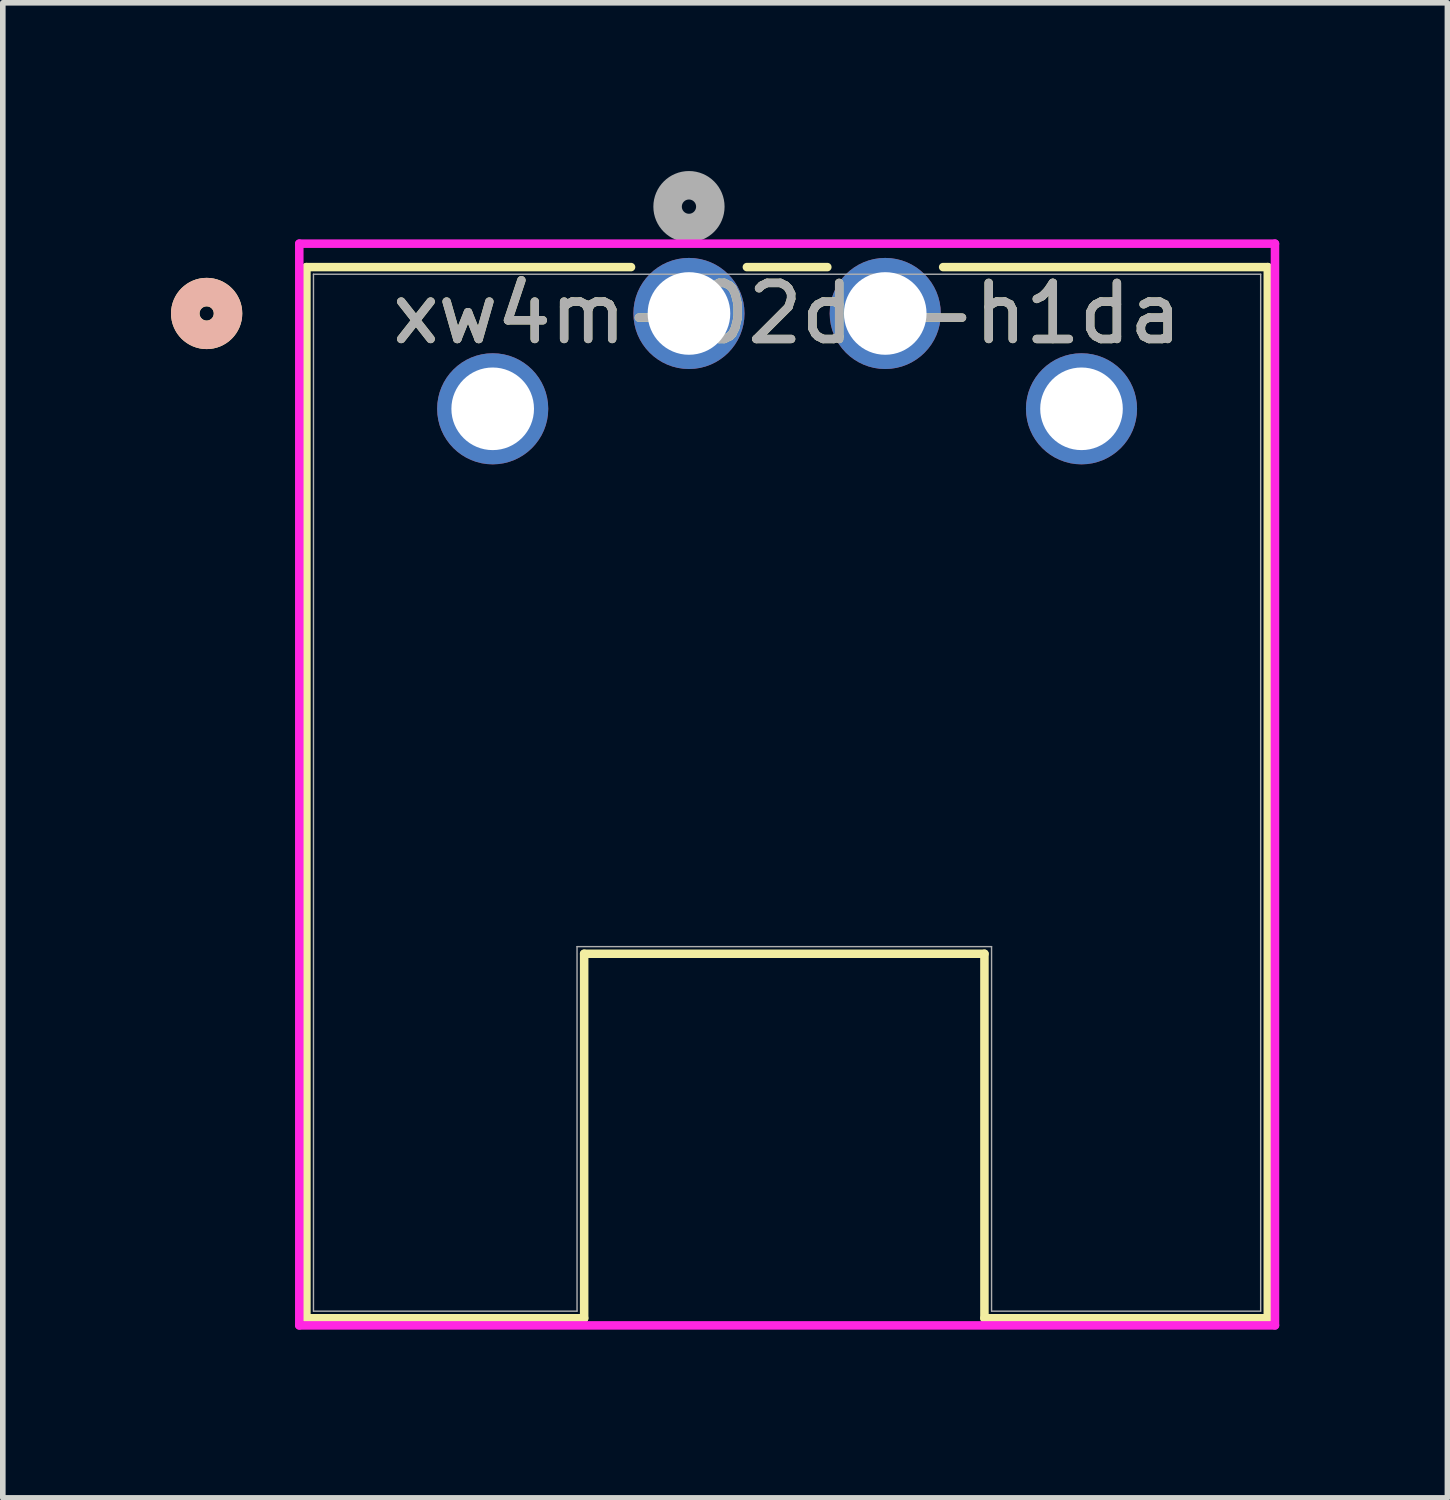
<source format=kicad_pcb>
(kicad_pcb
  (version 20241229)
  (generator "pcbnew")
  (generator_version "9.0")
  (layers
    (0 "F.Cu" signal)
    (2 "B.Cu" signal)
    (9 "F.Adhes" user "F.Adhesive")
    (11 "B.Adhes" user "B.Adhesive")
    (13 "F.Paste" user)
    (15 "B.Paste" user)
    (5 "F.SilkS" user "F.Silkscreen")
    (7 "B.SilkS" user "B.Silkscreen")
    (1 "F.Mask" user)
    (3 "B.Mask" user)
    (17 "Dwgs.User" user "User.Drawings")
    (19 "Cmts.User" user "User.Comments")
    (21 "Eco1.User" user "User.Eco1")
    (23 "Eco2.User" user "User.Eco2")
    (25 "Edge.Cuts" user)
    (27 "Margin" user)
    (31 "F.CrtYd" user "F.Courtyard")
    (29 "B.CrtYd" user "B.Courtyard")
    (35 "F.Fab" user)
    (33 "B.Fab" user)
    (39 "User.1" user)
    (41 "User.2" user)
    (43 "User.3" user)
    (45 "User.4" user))
  (footprint "xw4m-02d1-h1da"
    (layer "F.Cu")
    (at 9.236 2.54)
    (property "Reference" "xw4m-02d1-h1da" (at 1.75 0 0) (unlocked yes) (layer "F.SilkS") (effects (font (size 1 1) (thickness 0.15))))
    (attr through_hole)
    (fp_line (start -6.822 -0.827) (end -6.822 17.918) (stroke (width 0.152) (type solid)) (layer "F.SilkS"))
    (fp_line (start -6.822 17.918) (end -1.869 17.918) (stroke (width 0.152) (type solid)) (layer "F.SilkS"))
    (fp_line (start -1.869 11.418) (end -1.869 17.918) (stroke (width 0.152) (type solid)) (layer "F.SilkS"))
    (fp_line (start -1.869 11.418) (end 5.269 11.418) (stroke (width 0.152) (type solid)) (layer "F.SilkS"))
    (fp_line (start -1.033 -0.827) (end -6.822 -0.827) (stroke (width 0.152) (type solid)) (layer "F.SilkS"))
    (fp_line (start 2.467 -0.827) (end 1.033 -0.827) (stroke (width 0.152) (type solid)) (layer "F.SilkS"))
    (fp_line (start 5.269 11.418) (end 5.269 17.918) (stroke (width 0.152) (type solid)) (layer "F.SilkS"))
    (fp_line (start 5.269 17.918) (end 10.322 17.918) (stroke (width 0.152) (type solid)) (layer "F.SilkS"))
    (fp_line (start 10.322 -0.827) (end 4.533 -0.827) (stroke (width 0.152) (type solid)) (layer "F.SilkS"))
    (fp_line (start 10.322 17.918) (end 10.322 -0.827) (stroke (width 0.152) (type solid)) (layer "F.SilkS"))
    (fp_circle (center -8.601 0) (end -8.22 0) (stroke (width 0.508) (type solid)) (fill no) (layer "F.SilkS"))
    (fp_circle (center -8.601 0) (end -8.22 0) (stroke (width 0.508) (type solid)) (fill no) (layer "B.SilkS"))
    (fp_line (start -6.949 -1.245) (end -6.949 18.045) (stroke (width 0.152) (type solid)) (layer "F.CrtYd"))
    (fp_line (start -6.949 18.045) (end 10.45 18.045) (stroke (width 0.152) (type solid)) (layer "F.CrtYd"))
    (fp_line (start 10.45 -1.245) (end -6.949 -1.245) (stroke (width 0.152) (type solid)) (layer "F.CrtYd"))
    (fp_line (start 10.45 18.045) (end 10.45 -1.245) (stroke (width 0.152) (type solid)) (layer "F.CrtYd"))
    (fp_line (start -6.696 -0.7) (end -6.696 17.791) (stroke (width 0.025) (type solid)) (layer "F.Fab"))
    (fp_line (start -6.696 17.791) (end -1.996 17.791) (stroke (width 0.025) (type solid)) (layer "F.Fab"))
    (fp_line (start -1.996 11.291) (end 5.396 11.291) (stroke (width 0.025) (type solid)) (layer "F.Fab"))
    (fp_line (start -1.996 17.791) (end -1.996 11.291) (stroke (width 0.025) (type solid)) (layer "F.Fab"))
    (fp_line (start 5.396 11.291) (end 5.396 17.791) (stroke (width 0.025) (type solid)) (layer "F.Fab"))
    (fp_line (start 10.195 -0.7) (end -6.696 -0.7) (stroke (width 0.025) (type solid)) (layer "F.Fab"))
    (fp_line (start 10.195 17.791) (end 5.396 17.791) (stroke (width 0.025) (type solid)) (layer "F.Fab"))
    (fp_line (start 10.195 17.791) (end 10.195 -0.7) (stroke (width 0.025) (type solid)) (layer "F.Fab"))
    (fp_circle (center 0 -1.905) (end 0.381 -1.905) (stroke (width 0.508) (type solid)) (fill no) (layer "F.Fab"))
    (fp_text user "${REFERENCE}" (at 1.75 0 0) (unlocked yes) (layer "F.Fab") (effects (font (size 1 1) (thickness 0.15))))
    (pad "1" thru_hole circle (at 0 0) (size 1.981 1.981) (drill 1.473) (layers "*.Cu" "*.Mask"))
    (pad "2" thru_hole circle (at 3.5 0) (size 1.981 1.981) (drill 1.473) (layers "*.Cu" "*.Mask"))
    (pad "3" thru_hole circle (at -3.5 1.7) (size 1.981 1.981) (drill 1.473) (layers "*.Cu" "*.Mask"))
    (pad "4" thru_hole circle (at 7 1.7) (size 1.981 1.981) (drill 1.473) (layers "*.Cu" "*.Mask")))
  (gr_rect
    (start -3 -3)
    (end 22.761 23.661)
    (stroke (width 0.1) (type default))
    (fill no)
    (layer "Edge.Cuts")))
</source>
